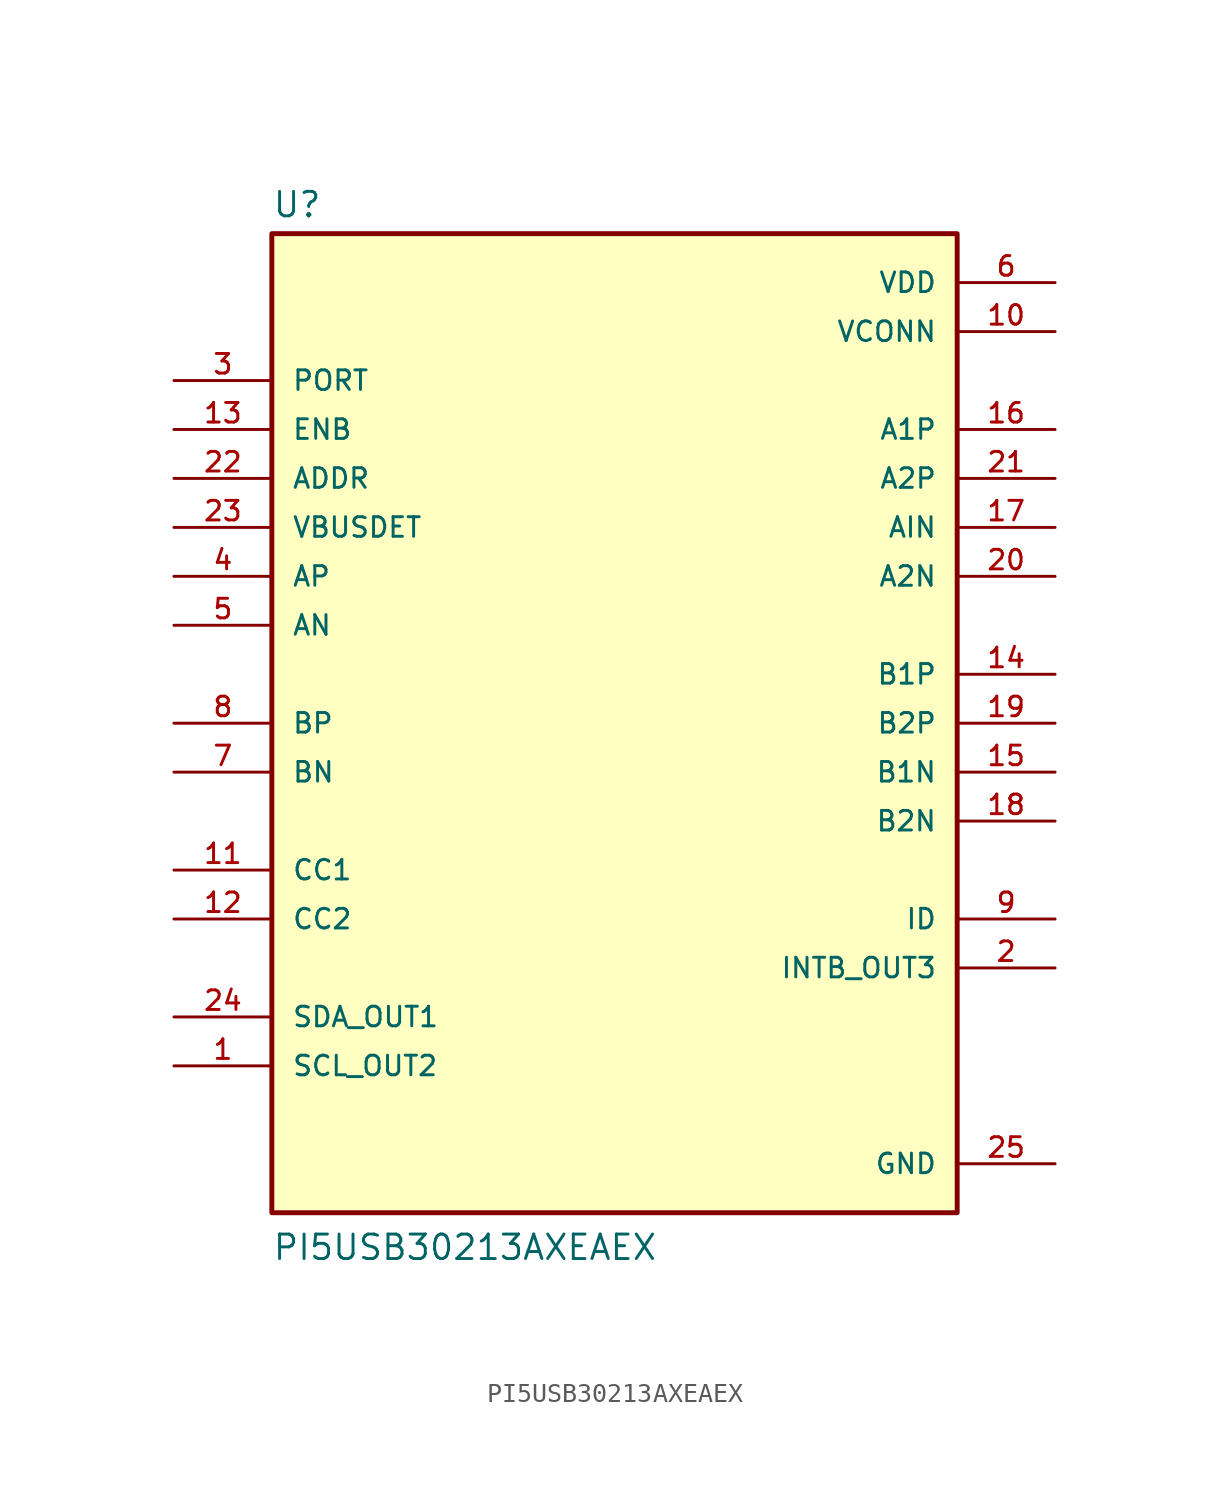
<source format=kicad_sym>
(kicad_symbol_lib
  (version 20211014)
  (generator kicad_symbol_editor)
  (symbol "PI5USB30213AXEAEX"
    (pin_names
      (offset 1.016))
    (property "Reference" "U"
      (at -17.78 26.162 0)
      (effects (font (size 1.27 1.27)) (justify bottom left)))
    (property "Value" "PI5USB30213AXEAEX"
      (at -17.78 -27.94 0)
      (effects (font (size 1.27 1.27)) (justify bottom left)))
    (symbol "PI5USB30213AXEAEX_0_0"
      (rectangle (start -17.78 -25.4) (end 17.78 25.4) (stroke (width 0.254)) (fill (type background)))
      (pin bidirectional line (at 22.86 -5.08 180.0) (length 5.08) (name "B2N" (effects (font (size 1.016 1.016)))) (number "18" (effects (font (size 1.016 1.016)))))
      (pin bidirectional line (at 22.86 2.54 180.0) (length 5.08) (name "B1P" (effects (font (size 1.016 1.016)))) (number "14" (effects (font (size 1.016 1.016)))))
      (pin bidirectional line (at 22.86 0.0 180.0) (length 5.08) (name "B2P" (effects (font (size 1.016 1.016)))) (number "19" (effects (font (size 1.016 1.016)))))
      (pin input line (at -22.86 10.16 0) (length 5.08) (name "VBUSDET" (effects (font (size 1.016 1.016)))) (number "23" (effects (font (size 1.016 1.016)))))
      (pin bidirectional line (at -22.86 -7.62 0) (length 5.08) (name "CC1" (effects (font (size 1.016 1.016)))) (number "11" (effects (font (size 1.016 1.016)))))
      (pin bidirectional line (at -22.86 -10.16 0) (length 5.08) (name "CC2" (effects (font (size 1.016 1.016)))) (number "12" (effects (font (size 1.016 1.016)))))
      (pin bidirectional line (at -22.86 7.62 0) (length 5.08) (name "AP" (effects (font (size 1.016 1.016)))) (number "4" (effects (font (size 1.016 1.016)))))
      (pin bidirectional line (at -22.86 0.0 0) (length 5.08) (name "BP" (effects (font (size 1.016 1.016)))) (number "8" (effects (font (size 1.016 1.016)))))
      (pin bidirectional line (at -22.86 5.08 0) (length 5.08) (name "AN" (effects (font (size 1.016 1.016)))) (number "5" (effects (font (size 1.016 1.016)))))
      (pin bidirectional line (at -22.86 -2.54 0) (length 5.08) (name "BN" (effects (font (size 1.016 1.016)))) (number "7" (effects (font (size 1.016 1.016)))))
      (pin power_in line (at 22.86 22.86 180.0) (length 5.08) (name "VDD" (effects (font (size 1.016 1.016)))) (number "6" (effects (font (size 1.016 1.016)))))
      (pin input line (at -22.86 17.78 0) (length 5.08) (name "PORT" (effects (font (size 1.016 1.016)))) (number "3" (effects (font (size 1.016 1.016)))))
      (pin bidirectional line (at -22.86 -15.24 0) (length 5.08) (name "SDA_OUT1" (effects (font (size 1.016 1.016)))) (number "24" (effects (font (size 1.016 1.016)))))
      (pin bidirectional line (at -22.86 -17.78 0) (length 5.08) (name "SCL_OUT2" (effects (font (size 1.016 1.016)))) (number "1" (effects (font (size 1.016 1.016)))))
      (pin input line (at -22.86 12.7 0) (length 5.08) (name "ADDR" (effects (font (size 1.016 1.016)))) (number "22" (effects (font (size 1.016 1.016)))))
      (pin output line (at 22.86 -12.7 180.0) (length 5.08) (name "INTB_OUT3" (effects (font (size 1.016 1.016)))) (number "2" (effects (font (size 1.016 1.016)))))
      (pin output line (at 22.86 -10.16 180.0) (length 5.08) (name "ID" (effects (font (size 1.016 1.016)))) (number "9" (effects (font (size 1.016 1.016)))))
      (pin input line (at -22.86 15.24 0) (length 5.08) (name "ENB" (effects (font (size 1.016 1.016)))) (number "13" (effects (font (size 1.016 1.016)))))
      (pin power_in line (at 22.86 20.32 180.0) (length 5.08) (name "VCONN" (effects (font (size 1.016 1.016)))) (number "10" (effects (font (size 1.016 1.016)))))
      (pin bidirectional line (at 22.86 -2.54 180.0) (length 5.08) (name "B1N" (effects (font (size 1.016 1.016)))) (number "15" (effects (font (size 1.016 1.016)))))
      (pin bidirectional line (at 22.86 7.62 180.0) (length 5.08) (name "A2N" (effects (font (size 1.016 1.016)))) (number "20" (effects (font (size 1.016 1.016)))))
      (pin bidirectional line (at 22.86 12.7 180.0) (length 5.08) (name "A2P" (effects (font (size 1.016 1.016)))) (number "21" (effects (font (size 1.016 1.016)))))
      (pin bidirectional line (at 22.86 10.16 180.0) (length 5.08) (name "AIN" (effects (font (size 1.016 1.016)))) (number "17" (effects (font (size 1.016 1.016)))))
      (pin bidirectional line (at 22.86 15.24 180.0) (length 5.08) (name "A1P" (effects (font (size 1.016 1.016)))) (number "16" (effects (font (size 1.016 1.016)))))
      (pin power_in line (at 22.86 -22.86 180.0) (length 5.08) (name "GND" (effects (font (size 1.016 1.016)))) (number "25" (effects (font (size 1.016 1.016))))))))
</source>
